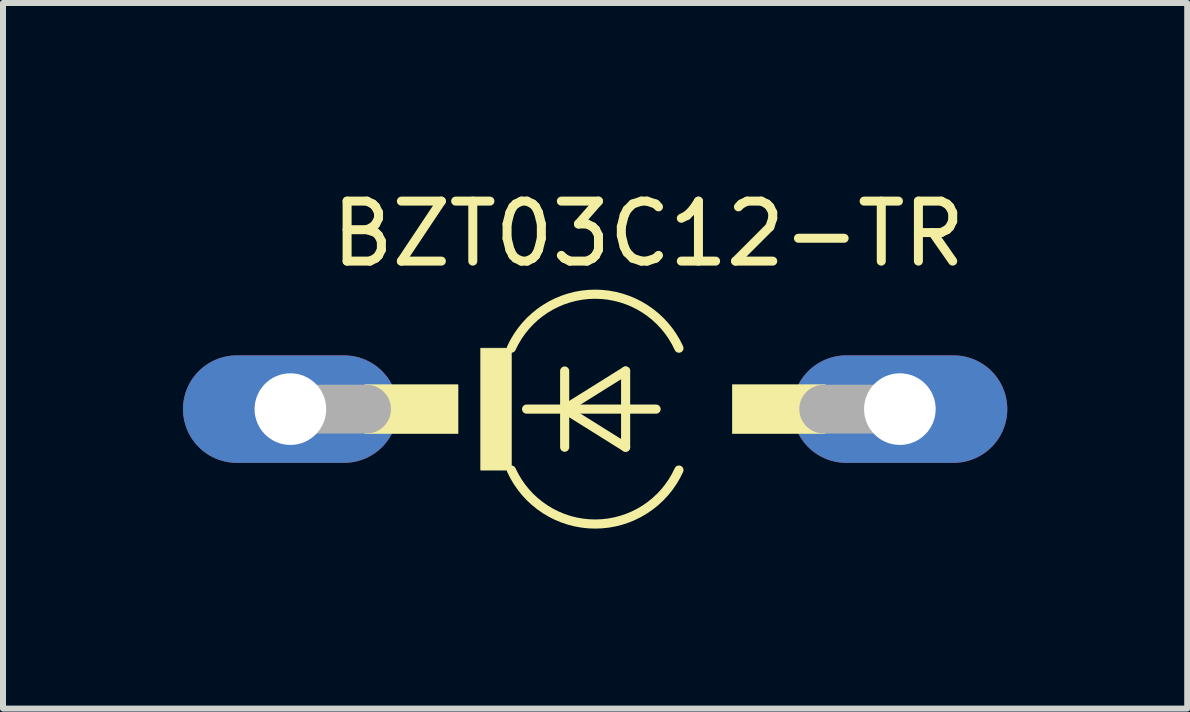
<source format=kicad_pcb>
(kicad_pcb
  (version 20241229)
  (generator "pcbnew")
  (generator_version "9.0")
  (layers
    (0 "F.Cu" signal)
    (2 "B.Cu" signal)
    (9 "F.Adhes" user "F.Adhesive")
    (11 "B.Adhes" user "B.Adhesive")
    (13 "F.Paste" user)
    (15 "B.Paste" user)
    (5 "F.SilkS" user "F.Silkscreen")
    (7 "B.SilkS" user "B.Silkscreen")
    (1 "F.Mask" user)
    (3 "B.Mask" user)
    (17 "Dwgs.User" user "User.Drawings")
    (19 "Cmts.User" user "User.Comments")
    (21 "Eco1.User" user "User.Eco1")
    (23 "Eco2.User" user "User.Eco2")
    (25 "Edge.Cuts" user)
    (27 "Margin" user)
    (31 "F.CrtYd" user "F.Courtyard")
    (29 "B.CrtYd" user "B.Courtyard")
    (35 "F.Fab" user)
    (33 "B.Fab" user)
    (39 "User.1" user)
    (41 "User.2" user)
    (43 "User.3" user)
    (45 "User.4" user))
  (footprint "BZT03C12-TR"
    (layer "F.Cu")
    (at 6.871 3.77)
    (property "Reference" "BZT03C12-TR" (at 0.889 -2.922 0) (layer "F.SilkS") (effects (font (size 1 1) (thickness 0.15))))
    (attr through_hole)
    (fp_line (start -1.143 0) (end -0.508 0) (stroke (width 0.152) (type solid)) (layer "F.SilkS"))
    (fp_line (start -0.508 -0.635) (end -0.508 0) (stroke (width 0.152) (type solid)) (layer "F.SilkS"))
    (fp_line (start -0.508 0) (end -0.508 0.635) (stroke (width 0.152) (type solid)) (layer "F.SilkS"))
    (fp_line (start -0.508 0) (end 0.508 -0.635) (stroke (width 0.152) (type solid)) (layer "F.SilkS"))
    (fp_line (start -0.508 0) (end 1.016 0) (stroke (width 0.152) (type solid)) (layer "F.SilkS"))
    (fp_line (start 0.508 -0.635) (end 0.508 0.635) (stroke (width 0.152) (type solid)) (layer "F.SilkS"))
    (fp_line (start 0.508 0.635) (end -0.508 0) (stroke (width 0.152) (type solid)) (layer "F.SilkS"))
    (fp_arc (start -1.397 -1.016001) (mid 0 -1.915547) (end 1.397 -1.016) (stroke (width 0.1524) (type solid)) (layer "F.SilkS"))
    (fp_arc (start 1.397 1.016) (mid 0 1.915546) (end -1.397 1.016001) (stroke (width 0.1524) (type solid)) (layer "F.SilkS"))
    (fp_poly (pts (xy -3.839 -0.406) (xy -2.286 -0.406) (xy -2.286 0.407) (xy -3.839 0.407)) (stroke (width 0.01) (type solid)) (fill yes) (layer "F.SilkS"))
    (fp_poly (pts (xy -1.907 -1.016) (xy -1.397 -1.016) (xy -1.397 1.017) (xy -1.907 1.017)) (stroke (width 0.01) (type solid)) (fill yes) (layer "F.SilkS"))
    (fp_poly (pts (xy 2.287 -0.406) (xy 3.835 -0.406) (xy 3.835 0.407) (xy 2.287 0.407)) (stroke (width 0.01) (type solid)) (fill yes) (layer "F.SilkS"))
    (fp_line (start -5.08 0) (end -3.81 0) (stroke (width 0.813) (type solid)) (layer "F.Fab"))
    (fp_line (start 5.08 0) (end 3.81 0) (stroke (width 0.813) (type solid)) (layer "F.Fab"))
    (pad "A" thru_hole oval (at 5.08 0) (size 3.581 1.791) (drill 1.194) (layers "*.Cu" "*.Mask"))
    (pad "C" thru_hole oval (at -5.08 0) (size 3.581 1.791) (drill 1.194) (layers "*.Cu" "*.Mask")))
  (gr_rect
    (start -3 -3)
    (end 16.741 8.762)
    (stroke (width 0.1) (type default))
    (fill no)
    (layer "Edge.Cuts")))
</source>
